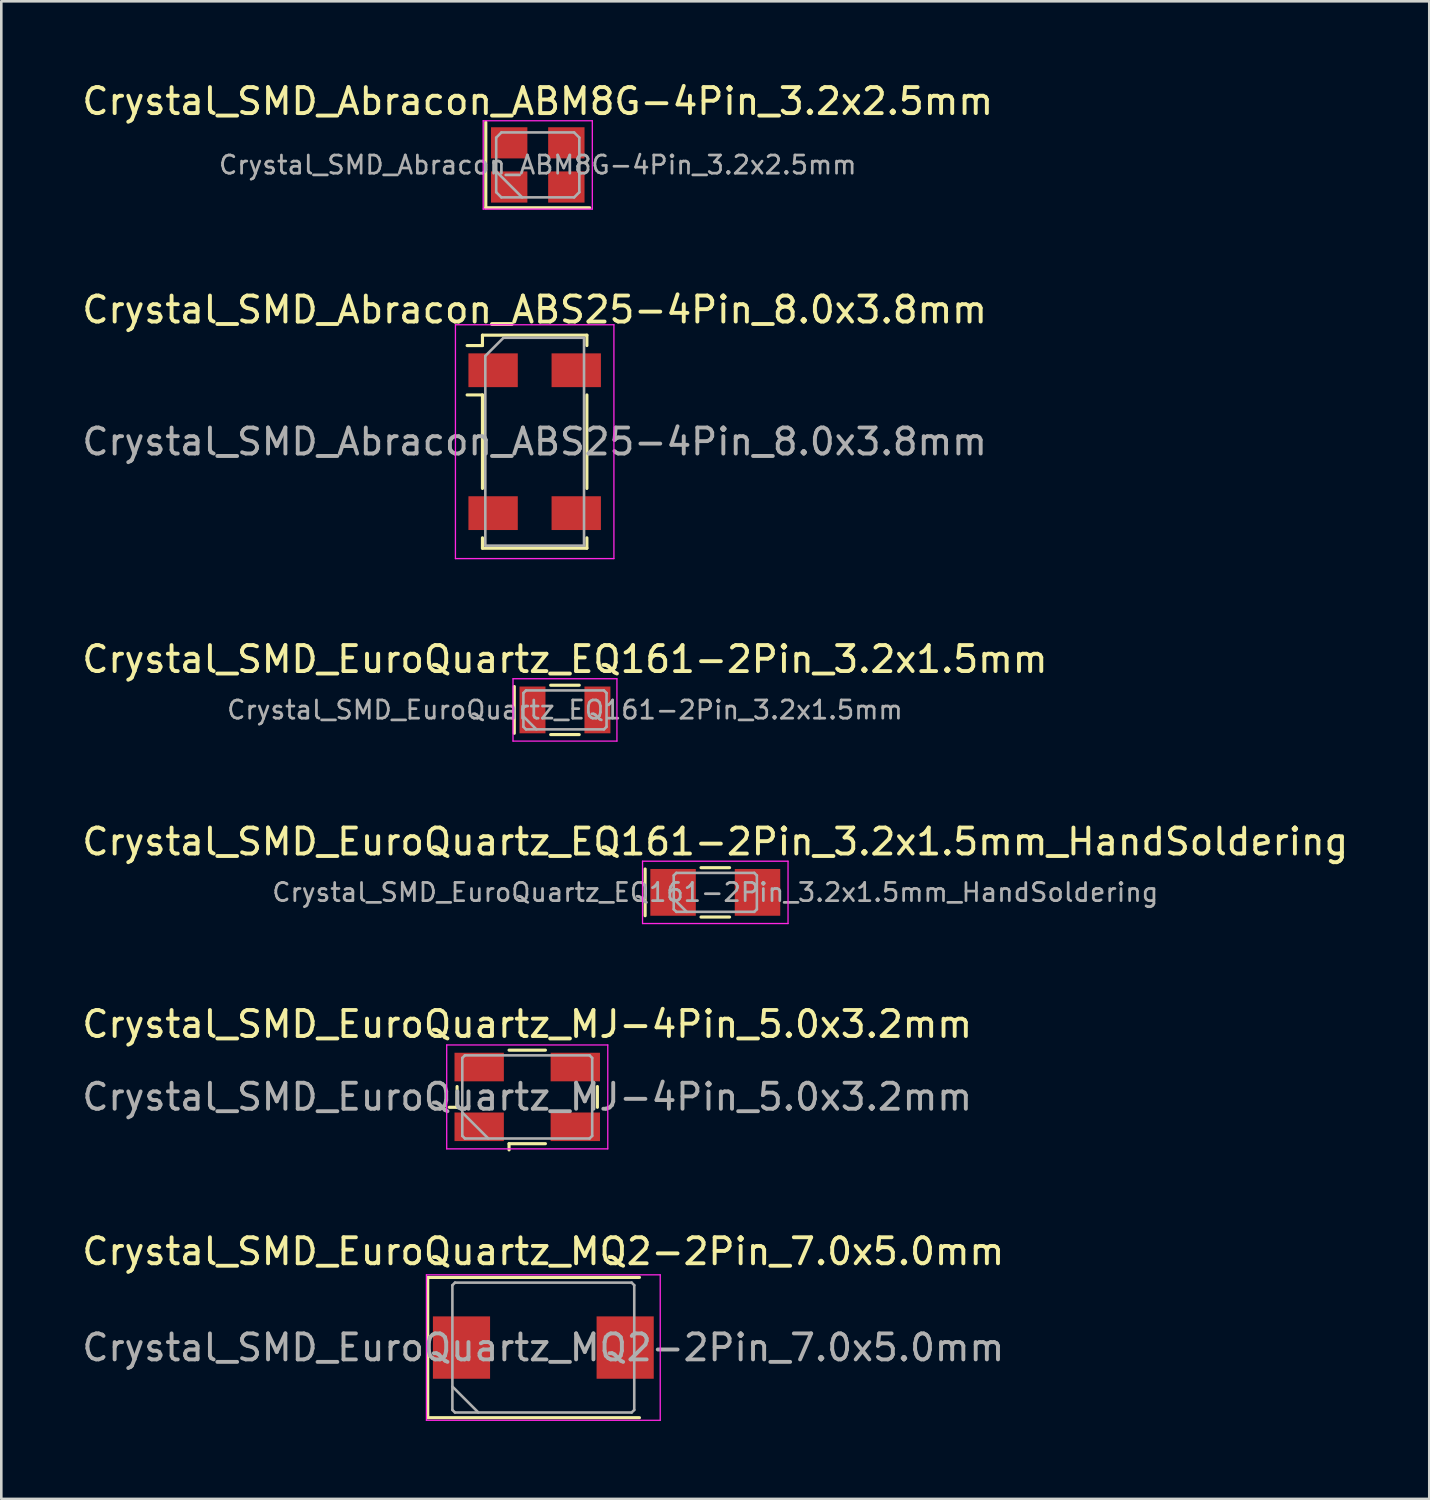
<source format=kicad_pcb>
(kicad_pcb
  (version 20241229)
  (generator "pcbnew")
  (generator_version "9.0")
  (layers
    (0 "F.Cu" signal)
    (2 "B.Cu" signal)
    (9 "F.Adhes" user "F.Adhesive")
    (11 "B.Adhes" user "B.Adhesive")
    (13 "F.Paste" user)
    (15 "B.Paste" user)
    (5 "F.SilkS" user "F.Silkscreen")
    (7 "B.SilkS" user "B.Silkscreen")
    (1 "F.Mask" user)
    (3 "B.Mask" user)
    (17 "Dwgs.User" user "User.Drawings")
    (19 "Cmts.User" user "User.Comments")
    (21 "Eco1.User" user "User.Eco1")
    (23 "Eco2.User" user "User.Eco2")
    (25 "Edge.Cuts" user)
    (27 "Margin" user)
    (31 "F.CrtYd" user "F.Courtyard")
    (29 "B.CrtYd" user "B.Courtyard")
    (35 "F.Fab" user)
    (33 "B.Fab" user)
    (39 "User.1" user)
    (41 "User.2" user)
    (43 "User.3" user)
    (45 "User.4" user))
  (footprint "Crystal_SMD_EuroQuartz_MJ-4Pin_5.0x3.2mm"
    (layer "F.Cu")
    (at 17.244 39.171)
    (property "Reference" "Crystal_SMD_EuroQuartz_MJ-4Pin_5.0x3.2mm" (at 0 -2.8 0) (layer "F.SilkS") (effects (font (size 1 1) (thickness 0.15))))
    (attr smd)
    (fp_line (start -3 0.4) (end -2.7 0.4) (stroke (width 0.12) (type solid)) (layer "F.SilkS"))
    (fp_line (start -2.7 0.4) (end -2.7 -0.4) (stroke (width 0.12) (type solid)) (layer "F.SilkS"))
    (fp_line (start -0.7 -1.8) (end 0.7 -1.8) (stroke (width 0.12) (type solid)) (layer "F.SilkS"))
    (fp_line (start -0.7 1.8) (end -0.7 2.04) (stroke (width 0.12) (type solid)) (layer "F.SilkS"))
    (fp_line (start 0.7 1.8) (end -0.7 1.8) (stroke (width 0.12) (type solid)) (layer "F.SilkS"))
    (fp_line (start 2.7 -0.4) (end 2.7 0.4) (stroke (width 0.12) (type solid)) (layer "F.SilkS"))
    (fp_line (start -3.1 -2) (end -3.1 2) (stroke (width 0.05) (type solid)) (layer "F.CrtYd"))
    (fp_line (start -3.1 2) (end 3.1 2) (stroke (width 0.05) (type solid)) (layer "F.CrtYd"))
    (fp_line (start 3.1 -2) (end -3.1 -2) (stroke (width 0.05) (type solid)) (layer "F.CrtYd"))
    (fp_line (start 3.1 2) (end 3.1 -2) (stroke (width 0.05) (type solid)) (layer "F.CrtYd"))
    (fp_line (start -2.5 -1.5) (end -2.4 -1.6) (stroke (width 0.1) (type solid)) (layer "F.Fab"))
    (fp_line (start -2.5 0.6) (end -1.5 1.6) (stroke (width 0.1) (type solid)) (layer "F.Fab"))
    (fp_line (start -2.5 1.5) (end -2.5 -1.5) (stroke (width 0.1) (type solid)) (layer "F.Fab"))
    (fp_line (start -2.4 -1.6) (end 2.4 -1.6) (stroke (width 0.1) (type solid)) (layer "F.Fab"))
    (fp_line (start -2.4 1.6) (end -2.5 1.5) (stroke (width 0.1) (type solid)) (layer "F.Fab"))
    (fp_line (start 2.4 -1.6) (end 2.5 -1.5) (stroke (width 0.1) (type solid)) (layer "F.Fab"))
    (fp_line (start 2.4 1.6) (end -2.4 1.6) (stroke (width 0.1) (type solid)) (layer "F.Fab"))
    (fp_line (start 2.5 -1.5) (end 2.5 1.5) (stroke (width 0.1) (type solid)) (layer "F.Fab"))
    (fp_line (start 2.5 1.5) (end 2.4 1.6) (stroke (width 0.1) (type solid)) (layer "F.Fab"))
    (fp_text user "${REFERENCE}" (at 0 0 0) (layer "F.Fab") (effects (font (size 1 1) (thickness 0.15))))
    (pad "1" smd rect (at -1.85 1.15) (size 1.9 1.1) (layers "F.Cu" "F.Mask" "F.Paste"))
    (pad "2" smd rect (at 1.85 1.15) (size 1.9 1.1) (layers "F.Cu" "F.Mask" "F.Paste"))
    (pad "3" smd rect (at 1.85 -1.15) (size 1.9 1.1) (layers "F.Cu" "F.Mask" "F.Paste"))
    (pad "4" smd rect (at -1.85 -1.15) (size 1.9 1.1) (layers "F.Cu" "F.Mask" "F.Paste")))
  (footprint "Crystal_SMD_EuroQuartz_EQ161-2Pin_3.2x1.5mm"
    (layer "F.Cu")
    (at 18.696 24.275)
    (property "Reference" "Crystal_SMD_EuroQuartz_EQ161-2Pin_3.2x1.5mm" (at 0 -1.95 0) (layer "F.SilkS") (effects (font (size 1 1) (thickness 0.15))))
    (attr smd)
    (fp_line (start -1.95 -0.9) (end -1.95 0.9) (stroke (width 0.12) (type solid)) (layer "F.SilkS"))
    (fp_line (start -0.55 -0.95) (end 0.55 -0.95) (stroke (width 0.12) (type solid)) (layer "F.SilkS"))
    (fp_line (start -0.55 0.95) (end 0.55 0.95) (stroke (width 0.12) (type solid)) (layer "F.SilkS"))
    (fp_line (start -2 -1.2) (end -2 1.2) (stroke (width 0.05) (type solid)) (layer "F.CrtYd"))
    (fp_line (start -2 1.2) (end 2 1.2) (stroke (width 0.05) (type solid)) (layer "F.CrtYd"))
    (fp_line (start 2 -1.2) (end -2 -1.2) (stroke (width 0.05) (type solid)) (layer "F.CrtYd"))
    (fp_line (start 2 1.2) (end 2 -1.2) (stroke (width 0.05) (type solid)) (layer "F.CrtYd"))
    (fp_line (start -1.6 -0.65) (end -1.5 -0.75) (stroke (width 0.1) (type solid)) (layer "F.Fab"))
    (fp_line (start -1.6 0.25) (end -1.1 0.75) (stroke (width 0.1) (type solid)) (layer "F.Fab"))
    (fp_line (start -1.6 0.65) (end -1.6 -0.65) (stroke (width 0.1) (type solid)) (layer "F.Fab"))
    (fp_line (start -1.5 -0.75) (end 1.5 -0.75) (stroke (width 0.1) (type solid)) (layer "F.Fab"))
    (fp_line (start -1.5 0.75) (end -1.6 0.65) (stroke (width 0.1) (type solid)) (layer "F.Fab"))
    (fp_line (start 1.5 -0.75) (end 1.6 -0.65) (stroke (width 0.1) (type solid)) (layer "F.Fab"))
    (fp_line (start 1.5 0.75) (end -1.5 0.75) (stroke (width 0.1) (type solid)) (layer "F.Fab"))
    (fp_line (start 1.6 -0.65) (end 1.6 0.65) (stroke (width 0.1) (type solid)) (layer "F.Fab"))
    (fp_line (start 1.6 0.65) (end 1.5 0.75) (stroke (width 0.1) (type solid)) (layer "F.Fab"))
    (fp_text user "${REFERENCE}" (at 0 0 0) (layer "F.Fab") (effects (font (size 0.7 0.7) (thickness 0.105))))
    (pad "1" smd rect (at -1.25 0) (size 1 1.8) (layers "F.Cu" "F.Mask" "F.Paste"))
    (pad "2" smd rect (at 1.25 0) (size 1 1.8) (layers "F.Cu" "F.Mask" "F.Paste")))
  (footprint "Crystal_SMD_Abracon_ABS25-4Pin_8.0x3.8mm"
    (layer "F.Cu")
    (at 17.53 13.951)
    (property "Reference" "Crystal_SMD_Abracon_ABS25-4Pin_8.0x3.8mm" (at 0 -5.08 0) (layer "F.SilkS") (effects (font (size 1 1) (thickness 0.15))))
    (attr smd)
    (fp_line (start -2.6 -3.7) (end -2.01 -3.7) (stroke (width 0.12) (type solid)) (layer "F.SilkS"))
    (fp_line (start -2.01 -4.1) (end -2.01 -3.7) (stroke (width 0.12) (type solid)) (layer "F.SilkS"))
    (fp_line (start -2.01 -1.8) (end -2.6 -1.8) (stroke (width 0.12) (type solid)) (layer "F.SilkS"))
    (fp_line (start -2.01 -1.8) (end -2.01 1.8) (stroke (width 0.12) (type solid)) (layer "F.SilkS"))
    (fp_line (start -2.01 4.1) (end -2.01 3.7) (stroke (width 0.12) (type solid)) (layer "F.SilkS"))
    (fp_line (start 2.01 -4.1) (end -2.01 -4.1) (stroke (width 0.12) (type solid)) (layer "F.SilkS"))
    (fp_line (start 2.01 -4.1) (end 2.01 -3.7) (stroke (width 0.12) (type solid)) (layer "F.SilkS"))
    (fp_line (start 2.01 -1.8) (end 2.01 1.8) (stroke (width 0.12) (type solid)) (layer "F.SilkS"))
    (fp_line (start 2.01 4.1) (end -2.01 4.1) (stroke (width 0.12) (type solid)) (layer "F.SilkS"))
    (fp_line (start 2.01 4.1) (end 2.01 3.7) (stroke (width 0.12) (type solid)) (layer "F.SilkS"))
    (fp_line (start -3.05 -4.5) (end -3.05 4.5) (stroke (width 0.05) (type solid)) (layer "F.CrtYd"))
    (fp_line (start -3.05 4.5) (end 3.05 4.5) (stroke (width 0.05) (type solid)) (layer "F.CrtYd"))
    (fp_line (start 3.05 -4.5) (end -3.05 -4.5) (stroke (width 0.05) (type solid)) (layer "F.CrtYd"))
    (fp_line (start 3.05 4.5) (end 3.05 -4.5) (stroke (width 0.05) (type solid)) (layer "F.CrtYd"))
    (fp_line (start -1.9 -3.3) (end -1.2 -4) (stroke (width 0.1) (type solid)) (layer "F.Fab"))
    (fp_line (start -1.9 4) (end -1.9 -3.3) (stroke (width 0.1) (type solid)) (layer "F.Fab"))
    (fp_line (start -1.2 -4) (end 1.9 -4) (stroke (width 0.1) (type solid)) (layer "F.Fab"))
    (fp_line (start 1.9 -4) (end 1.9 4) (stroke (width 0.1) (type solid)) (layer "F.Fab"))
    (fp_line (start 1.9 4) (end -1.9 4) (stroke (width 0.1) (type solid)) (layer "F.Fab"))
    (fp_text user "${REFERENCE}" (at 0 0 0) (layer "F.Fab") (effects (font (size 1 1) (thickness 0.15))))
    (pad "1" smd rect (at -1.6 -2.75 270) (size 1.3 1.9) (layers "F.Cu" "F.Mask" "F.Paste"))
    (pad "2" smd rect (at -1.6 2.75 270) (size 1.3 1.9) (layers "F.Cu" "F.Mask" "F.Paste"))
    (pad "3" smd rect (at 1.6 2.75 270) (size 1.3 1.9) (layers "F.Cu" "F.Mask" "F.Paste"))
    (pad "4" smd rect (at 1.6 -2.75 270) (size 1.3 1.9) (layers "F.Cu" "F.Mask" "F.Paste")))
  (footprint "Crystal_SMD_EuroQuartz_MQ2-2Pin_7.0x5.0mm"
    (layer "F.Cu")
    (at 17.863 48.819)
    (property "Reference" "Crystal_SMD_EuroQuartz_MQ2-2Pin_7.0x5.0mm" (at 0 -3.7 0) (layer "F.SilkS") (effects (font (size 1 1) (thickness 0.15))))
    (attr smd)
    (fp_line (start -4.45 -2.7) (end -4.45 2.7) (stroke (width 0.12) (type solid)) (layer "F.SilkS"))
    (fp_line (start -4.45 2.7) (end 3.7 2.7) (stroke (width 0.12) (type solid)) (layer "F.SilkS"))
    (fp_line (start 3.7 -2.7) (end -4.45 -2.7) (stroke (width 0.12) (type solid)) (layer "F.SilkS"))
    (fp_line (start -4.5 -2.8) (end -4.5 2.8) (stroke (width 0.05) (type solid)) (layer "F.CrtYd"))
    (fp_line (start -4.5 2.8) (end 4.5 2.8) (stroke (width 0.05) (type solid)) (layer "F.CrtYd"))
    (fp_line (start 4.5 -2.8) (end -4.5 -2.8) (stroke (width 0.05) (type solid)) (layer "F.CrtYd"))
    (fp_line (start 4.5 2.8) (end 4.5 -2.8) (stroke (width 0.05) (type solid)) (layer "F.CrtYd"))
    (fp_line (start -3.5 -2.4) (end -3.4 -2.5) (stroke (width 0.1) (type solid)) (layer "F.Fab"))
    (fp_line (start -3.5 1.5) (end -2.5 2.5) (stroke (width 0.1) (type solid)) (layer "F.Fab"))
    (fp_line (start -3.5 2.4) (end -3.5 -2.4) (stroke (width 0.1) (type solid)) (layer "F.Fab"))
    (fp_line (start -3.4 -2.5) (end 3.4 -2.5) (stroke (width 0.1) (type solid)) (layer "F.Fab"))
    (fp_line (start -3.4 2.5) (end -3.5 2.4) (stroke (width 0.1) (type solid)) (layer "F.Fab"))
    (fp_line (start 3.4 -2.5) (end 3.5 -2.4) (stroke (width 0.1) (type solid)) (layer "F.Fab"))
    (fp_line (start 3.4 2.5) (end -3.4 2.5) (stroke (width 0.1) (type solid)) (layer "F.Fab"))
    (fp_line (start 3.5 -2.4) (end 3.5 2.4) (stroke (width 0.1) (type solid)) (layer "F.Fab"))
    (fp_line (start 3.5 2.4) (end 3.4 2.5) (stroke (width 0.1) (type solid)) (layer "F.Fab"))
    (fp_text user "${REFERENCE}" (at 0 0 0) (layer "F.Fab") (effects (font (size 1 1) (thickness 0.15))))
    (pad "1" smd rect (at -3.15 0) (size 2.2 2.4) (layers "F.Cu" "F.Mask" "F.Paste"))
    (pad "2" smd rect (at 3.15 0) (size 2.2 2.4) (layers "F.Cu" "F.Mask" "F.Paste")))
  (footprint "Crystal_SMD_Abracon_ABM8G-4Pin_3.2x2.5mm"
    (layer "F.Cu")
    (at 17.649 3.298)
    (property "Reference" "Crystal_SMD_Abracon_ABM8G-4Pin_3.2x2.5mm" (at 0 -2.45 0) (layer "F.SilkS") (effects (font (size 1 1) (thickness 0.15))))
    (attr smd)
    (fp_line (start -2 -1.65) (end -2 1.65) (stroke (width 0.12) (type solid)) (layer "F.SilkS"))
    (fp_line (start -2 1.65) (end 2 1.65) (stroke (width 0.12) (type solid)) (layer "F.SilkS"))
    (fp_line (start -2.1 -1.7) (end -2.1 1.7) (stroke (width 0.05) (type solid)) (layer "F.CrtYd"))
    (fp_line (start -2.1 1.7) (end 2.1 1.7) (stroke (width 0.05) (type solid)) (layer "F.CrtYd"))
    (fp_line (start 2.1 -1.7) (end -2.1 -1.7) (stroke (width 0.05) (type solid)) (layer "F.CrtYd"))
    (fp_line (start 2.1 1.7) (end 2.1 -1.7) (stroke (width 0.05) (type solid)) (layer "F.CrtYd"))
    (fp_line (start -1.6 -1.05) (end -1.4 -1.25) (stroke (width 0.1) (type solid)) (layer "F.Fab"))
    (fp_line (start -1.6 0.25) (end -0.6 1.25) (stroke (width 0.1) (type solid)) (layer "F.Fab"))
    (fp_line (start -1.6 1.05) (end -1.6 -1.05) (stroke (width 0.1) (type solid)) (layer "F.Fab"))
    (fp_line (start -1.4 -1.25) (end 1.4 -1.25) (stroke (width 0.1) (type solid)) (layer "F.Fab"))
    (fp_line (start -1.4 1.25) (end -1.6 1.05) (stroke (width 0.1) (type solid)) (layer "F.Fab"))
    (fp_line (start 1.4 -1.25) (end 1.6 -1.05) (stroke (width 0.1) (type solid)) (layer "F.Fab"))
    (fp_line (start 1.4 1.25) (end -1.4 1.25) (stroke (width 0.1) (type solid)) (layer "F.Fab"))
    (fp_line (start 1.6 -1.05) (end 1.6 1.05) (stroke (width 0.1) (type solid)) (layer "F.Fab"))
    (fp_line (start 1.6 1.05) (end 1.4 1.25) (stroke (width 0.1) (type solid)) (layer "F.Fab"))
    (fp_text user "${REFERENCE}" (at 0 0 0) (layer "F.Fab") (effects (font (size 0.7 0.7) (thickness 0.105))))
    (pad "1" smd rect (at -1.1 0.85) (size 1.4 1.2) (layers "F.Cu" "F.Mask" "F.Paste"))
    (pad "2" smd rect (at 1.1 0.85) (size 1.4 1.2) (layers "F.Cu" "F.Mask" "F.Paste"))
    (pad "3" smd rect (at 1.1 -0.85) (size 1.4 1.2) (layers "F.Cu" "F.Mask" "F.Paste"))
    (pad "4" smd rect (at -1.1 -0.85) (size 1.4 1.2) (layers "F.Cu" "F.Mask" "F.Paste")))
  (footprint "Crystal_SMD_EuroQuartz_EQ161-2Pin_3.2x1.5mm_HandSoldering"
    (layer "F.Cu")
    (at 24.482 31.298)
    (property "Reference" "Crystal_SMD_EuroQuartz_EQ161-2Pin_3.2x1.5mm_HandSoldering" (at 0 -1.95 0) (layer "F.SilkS") (effects (font (size 1 1) (thickness 0.15))))
    (attr smd)
    (fp_line (start -2.7 -0.9) (end -2.7 0.9) (stroke (width 0.12) (type solid)) (layer "F.SilkS"))
    (fp_line (start -0.55 -0.95) (end 0.55 -0.95) (stroke (width 0.12) (type solid)) (layer "F.SilkS"))
    (fp_line (start -0.55 0.95) (end 0.55 0.95) (stroke (width 0.12) (type solid)) (layer "F.SilkS"))
    (fp_line (start -2.8 -1.2) (end -2.8 1.2) (stroke (width 0.05) (type solid)) (layer "F.CrtYd"))
    (fp_line (start -2.8 1.2) (end 2.8 1.2) (stroke (width 0.05) (type solid)) (layer "F.CrtYd"))
    (fp_line (start 2.8 -1.2) (end -2.8 -1.2) (stroke (width 0.05) (type solid)) (layer "F.CrtYd"))
    (fp_line (start 2.8 1.2) (end 2.8 -1.2) (stroke (width 0.05) (type solid)) (layer "F.CrtYd"))
    (fp_line (start -1.6 -0.65) (end -1.5 -0.75) (stroke (width 0.1) (type solid)) (layer "F.Fab"))
    (fp_line (start -1.6 0.25) (end -1.1 0.75) (stroke (width 0.1) (type solid)) (layer "F.Fab"))
    (fp_line (start -1.6 0.65) (end -1.6 -0.65) (stroke (width 0.1) (type solid)) (layer "F.Fab"))
    (fp_line (start -1.5 -0.75) (end 1.5 -0.75) (stroke (width 0.1) (type solid)) (layer "F.Fab"))
    (fp_line (start -1.5 0.75) (end -1.6 0.65) (stroke (width 0.1) (type solid)) (layer "F.Fab"))
    (fp_line (start 1.5 -0.75) (end 1.6 -0.65) (stroke (width 0.1) (type solid)) (layer "F.Fab"))
    (fp_line (start 1.5 0.75) (end -1.5 0.75) (stroke (width 0.1) (type solid)) (layer "F.Fab"))
    (fp_line (start 1.6 -0.65) (end 1.6 0.65) (stroke (width 0.1) (type solid)) (layer "F.Fab"))
    (fp_line (start 1.6 0.65) (end 1.5 0.75) (stroke (width 0.1) (type solid)) (layer "F.Fab"))
    (fp_text user "${REFERENCE}" (at 0 0 0) (layer "F.Fab") (effects (font (size 0.7 0.7) (thickness 0.105))))
    (pad "1" smd rect (at -1.625 0) (size 1.75 1.8) (layers "F.Cu" "F.Mask" "F.Paste"))
    (pad "2" smd rect (at 1.625 0) (size 1.75 1.8) (layers "F.Cu" "F.Mask" "F.Paste")))
  (gr_rect
    (start -3 -3)
    (end 51.964 54.645)
    (stroke (width 0.1) (type default))
    (fill no)
    (layer "Edge.Cuts")))
</source>
